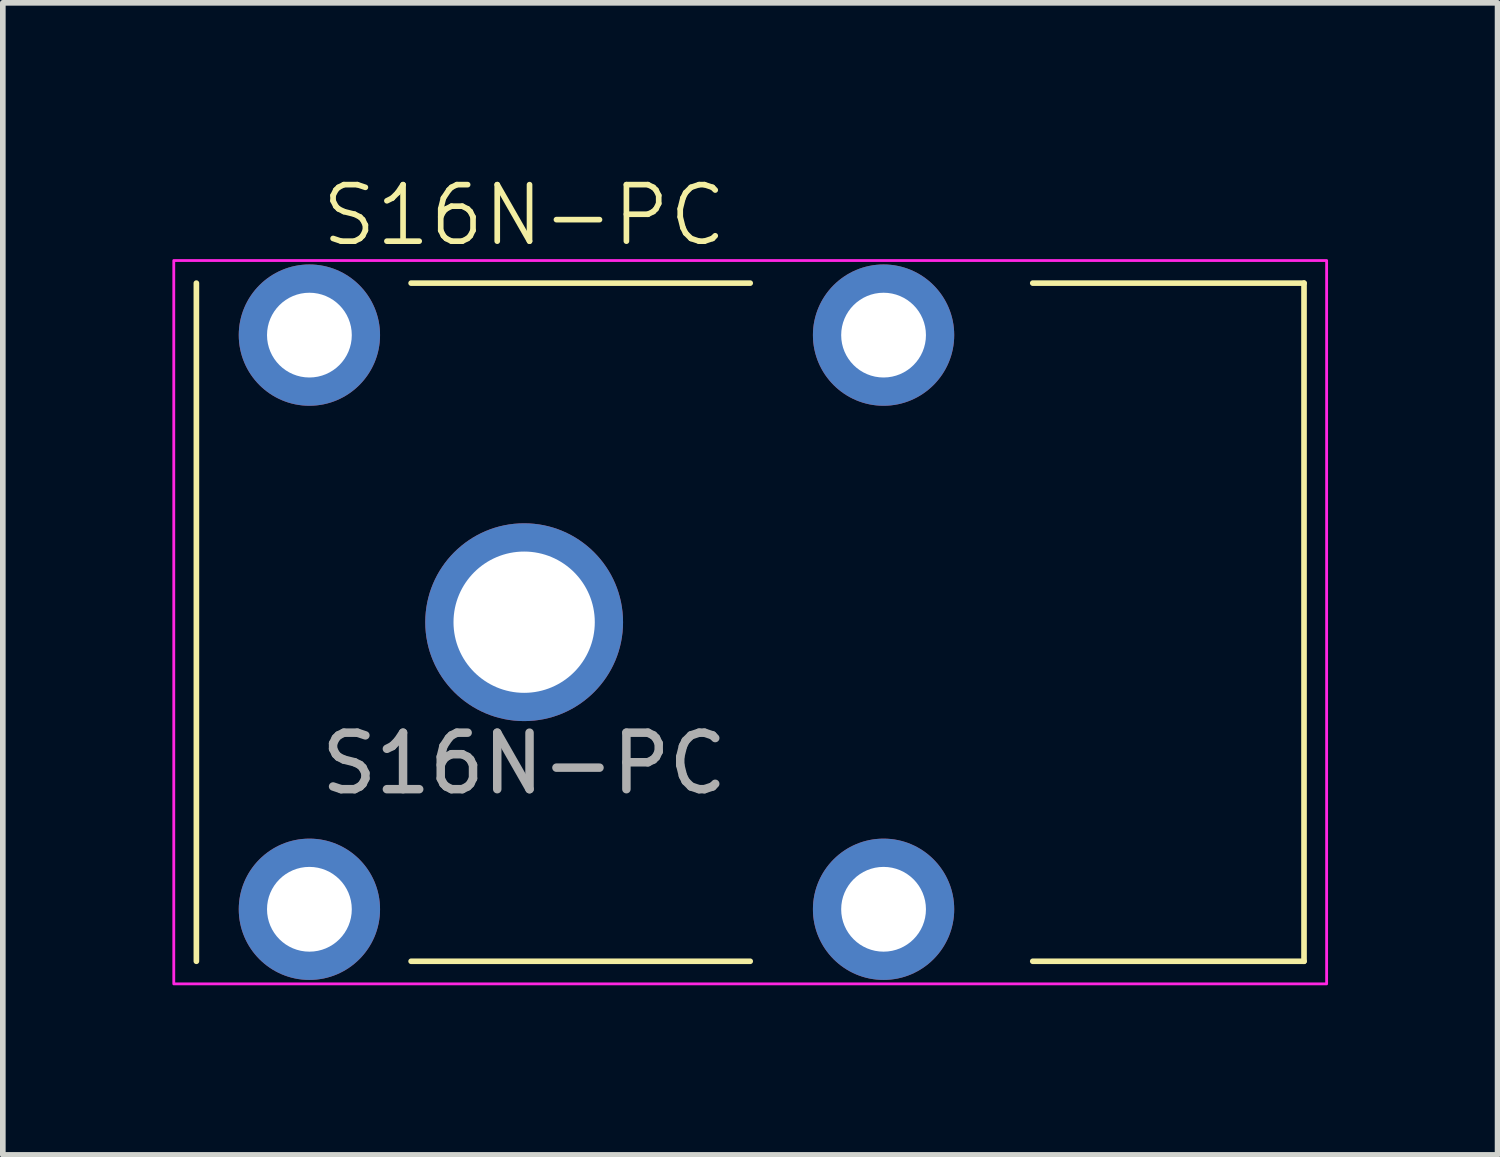
<source format=kicad_pcb>
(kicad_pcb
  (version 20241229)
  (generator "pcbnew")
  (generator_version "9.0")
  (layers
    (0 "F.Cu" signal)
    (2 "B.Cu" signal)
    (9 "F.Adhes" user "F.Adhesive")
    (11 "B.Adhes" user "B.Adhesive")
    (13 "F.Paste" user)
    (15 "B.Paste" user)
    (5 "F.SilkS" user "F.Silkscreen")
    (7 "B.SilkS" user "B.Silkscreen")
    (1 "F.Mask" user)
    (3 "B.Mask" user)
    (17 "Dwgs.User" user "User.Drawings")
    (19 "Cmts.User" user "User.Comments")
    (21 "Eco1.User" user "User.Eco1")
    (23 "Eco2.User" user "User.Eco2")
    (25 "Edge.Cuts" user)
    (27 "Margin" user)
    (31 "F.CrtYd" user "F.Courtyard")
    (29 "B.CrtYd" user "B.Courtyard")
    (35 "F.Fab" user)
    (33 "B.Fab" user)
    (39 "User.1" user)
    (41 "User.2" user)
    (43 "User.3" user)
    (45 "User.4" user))
  (footprint "S16N-PC"
    (layer "F.Cu")
    (at 6.225 7.96)
    (property "Reference" "S16N-PC" (at 0 -7.2 0) (unlocked yes) (layer "F.SilkS") (effects (font (size 1 1) (thickness 0.1))))
    (attr through_hole)
    (fp_line (start -5.8 -6) (end -5.8 6) (stroke (width 0.1) (type default)) (layer "F.SilkS"))
    (fp_line (start -2 -6) (end 4 -6) (stroke (width 0.1) (type default)) (layer "F.SilkS"))
    (fp_line (start -2 6) (end 4 6) (stroke (width 0.1) (type default)) (layer "F.SilkS"))
    (fp_line (start 9 -6) (end 13.8 -6) (stroke (width 0.1) (type default)) (layer "F.SilkS"))
    (fp_line (start 13.8 -6) (end 13.8 6) (stroke (width 0.1) (type default)) (layer "F.SilkS"))
    (fp_line (start 13.8 6) (end 9 6) (stroke (width 0.1) (type default)) (layer "F.SilkS"))
    (fp_rect (start -6.2 -6.4) (end 14.2 6.4) (stroke (width 0.05) (type default)) (fill no) (layer "F.CrtYd"))
    (fp_text user "${REFERENCE}" (at 0 2.5 0) (unlocked yes) (layer "F.Fab") (effects (font (size 1 1) (thickness 0.15))))
    (pad "" thru_hole circle (at -3.8 -5.08) (size 2.5 2.5) (drill 1.5) (layers "*.Cu" "*.Mask"))
    (pad "" thru_hole circle (at -3.8 5.08) (size 2.5 2.5) (drill 1.5) (layers "*.Cu" "*.Mask"))
    (pad "" thru_hole circle (at 6.36 -5.08) (size 2.5 2.5) (drill 1.5) (layers "*.Cu" "*.Mask"))
    (pad "" thru_hole circle (at 6.36 5.08) (size 2.5 2.5) (drill 1.5) (layers "*.Cu" "*.Mask"))
    (pad "1" thru_hole circle (at 0 0) (size 3.5 3.5) (drill 2.5) (layers "*.Cu" "*.Mask")))
  (gr_rect
    (start -3 -3)
    (end 23.45 17.386)
    (stroke (width 0.1) (type default))
    (fill no)
    (layer "Edge.Cuts")))
</source>
